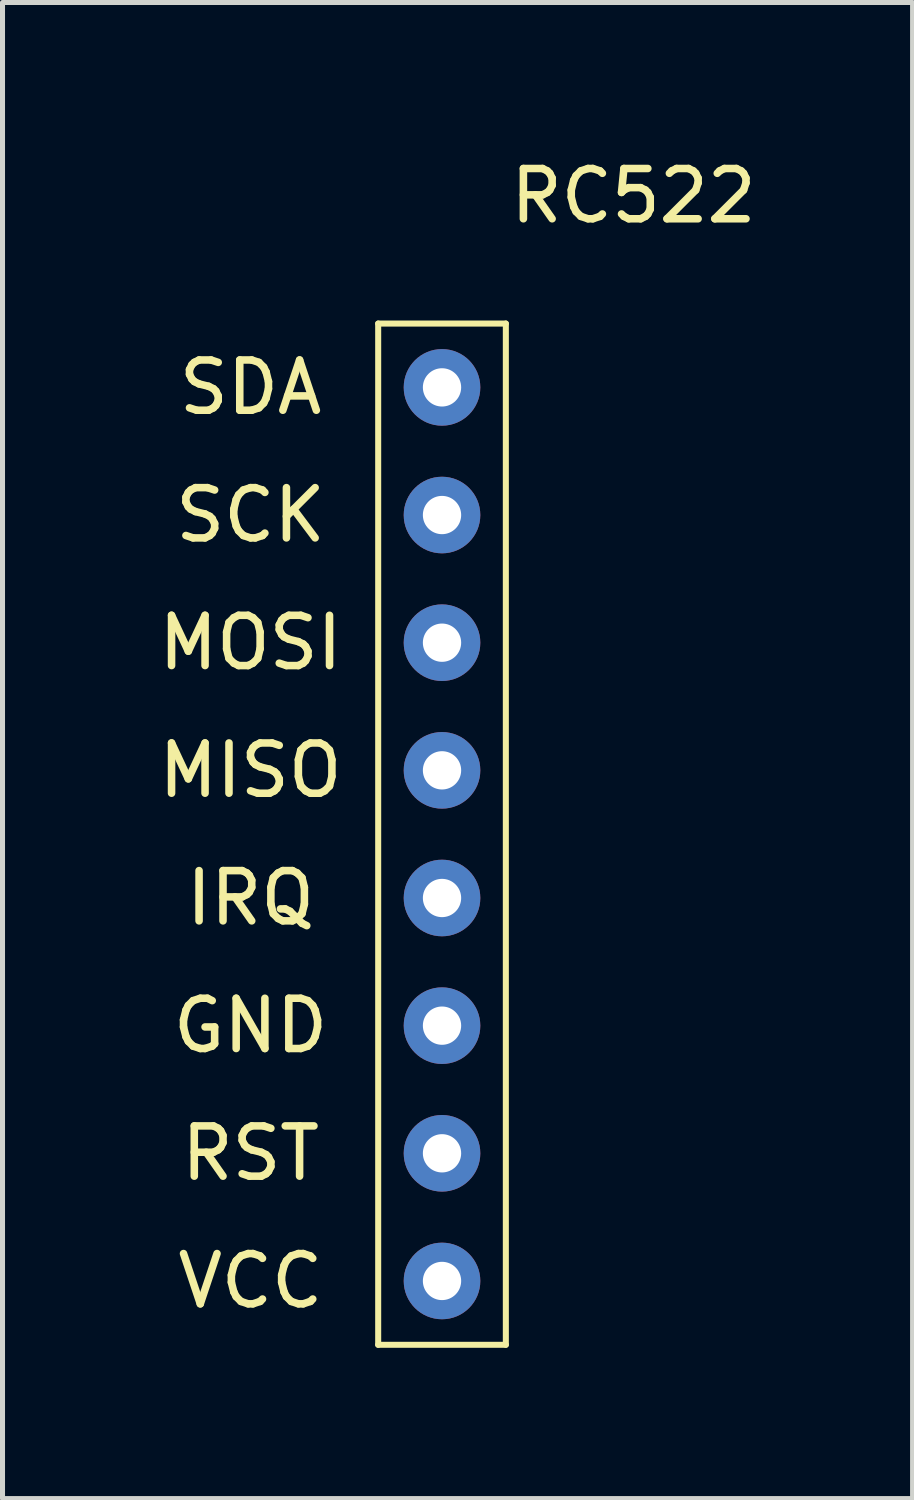
<source format=kicad_pcb>
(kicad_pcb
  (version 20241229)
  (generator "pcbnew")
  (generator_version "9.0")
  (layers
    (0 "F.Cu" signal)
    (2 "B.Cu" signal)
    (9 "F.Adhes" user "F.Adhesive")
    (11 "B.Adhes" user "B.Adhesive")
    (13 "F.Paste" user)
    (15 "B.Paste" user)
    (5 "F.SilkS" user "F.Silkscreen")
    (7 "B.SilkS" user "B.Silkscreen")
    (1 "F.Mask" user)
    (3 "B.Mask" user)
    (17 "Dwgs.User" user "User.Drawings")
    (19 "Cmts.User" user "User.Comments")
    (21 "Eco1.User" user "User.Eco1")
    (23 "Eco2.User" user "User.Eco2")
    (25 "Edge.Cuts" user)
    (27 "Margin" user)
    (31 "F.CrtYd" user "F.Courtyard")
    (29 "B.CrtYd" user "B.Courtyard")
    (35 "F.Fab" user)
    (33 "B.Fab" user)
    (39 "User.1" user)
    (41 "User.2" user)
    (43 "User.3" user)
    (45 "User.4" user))
  (footprint "RC522"
    (layer "F.Cu")
    (at 5.745 22.438)
    (property "Reference" "RC522" (at 3.81 -21.59 0) (layer "F.SilkS") (effects (font (size 1 1) (thickness 0.15))))
    (attr through_hole)
    (fp_line (start -1.27 -19.05) (end 1.27 -19.05) (stroke (width 0.12) (type solid)) (layer "F.SilkS"))
    (fp_line (start -1.27 1.27) (end -1.27 -19.05) (stroke (width 0.12) (type solid)) (layer "F.SilkS"))
    (fp_line (start 1.27 -19.05) (end 1.27 1.27) (stroke (width 0.12) (type solid)) (layer "F.SilkS"))
    (fp_line (start 1.27 1.27) (end -1.27 1.27) (stroke (width 0.12) (type solid)) (layer "F.SilkS"))
    (fp_text user "RST" (at -3.81 -2.54 0) (layer "F.SilkS") (effects (font (size 1 1) (thickness 0.15))))
    (fp_text user "VCC" (at -3.81 0 0) (layer "F.SilkS") (effects (font (size 1 1) (thickness 0.15))))
    (fp_text user "MOSI" (at -3.81 -12.7 0) (layer "F.SilkS") (effects (font (size 1 1) (thickness 0.15))))
    (fp_text user "SCK" (at -3.81 -15.24 0) (layer "F.SilkS") (effects (font (size 1 1) (thickness 0.15))))
    (fp_text user "MISO" (at -3.81 -10.16 0) (layer "F.SilkS") (effects (font (size 1 1) (thickness 0.15))))
    (fp_text user "SDA" (at -3.81 -17.78 0) (layer "F.SilkS") (effects (font (size 1 1) (thickness 0.15))))
    (fp_text user "IRQ" (at -3.81 -7.62 0) (layer "F.SilkS") (effects (font (size 1 1) (thickness 0.15))))
    (fp_text user "GND" (at -3.81 -5.08 0) (layer "F.SilkS") (effects (font (size 1 1) (thickness 0.15))))
    (pad "1" thru_hole circle (at 0 0) (size 1.524 1.524) (drill 0.762) (layers "*.Cu" "*.Mask"))
    (pad "2" thru_hole circle (at 0 -2.54) (size 1.524 1.524) (drill 0.762) (layers "*.Cu" "*.Mask"))
    (pad "3" thru_hole circle (at 0 -5.08) (size 1.524 1.524) (drill 0.762) (layers "*.Cu" "*.Mask"))
    (pad "4" thru_hole circle (at 0 -7.62) (size 1.524 1.524) (drill 0.762) (layers "*.Cu" "*.Mask"))
    (pad "5" thru_hole circle (at 0 -10.16) (size 1.524 1.524) (drill 0.762) (layers "*.Cu" "*.Mask"))
    (pad "6" thru_hole circle (at 0 -12.7) (size 1.524 1.524) (drill 0.762) (layers "*.Cu" "*.Mask"))
    (pad "7" thru_hole circle (at 0 -15.24) (size 1.524 1.524) (drill 0.762) (layers "*.Cu" "*.Mask"))
    (pad "8" thru_hole circle (at 0 -17.78) (size 1.524 1.524) (drill 0.762) (layers "*.Cu" "*.Mask")))
  (gr_rect
    (start -3 -3)
    (end 15.108 26.768)
    (stroke (width 0.1) (type default))
    (fill no)
    (layer "Edge.Cuts")))
</source>
